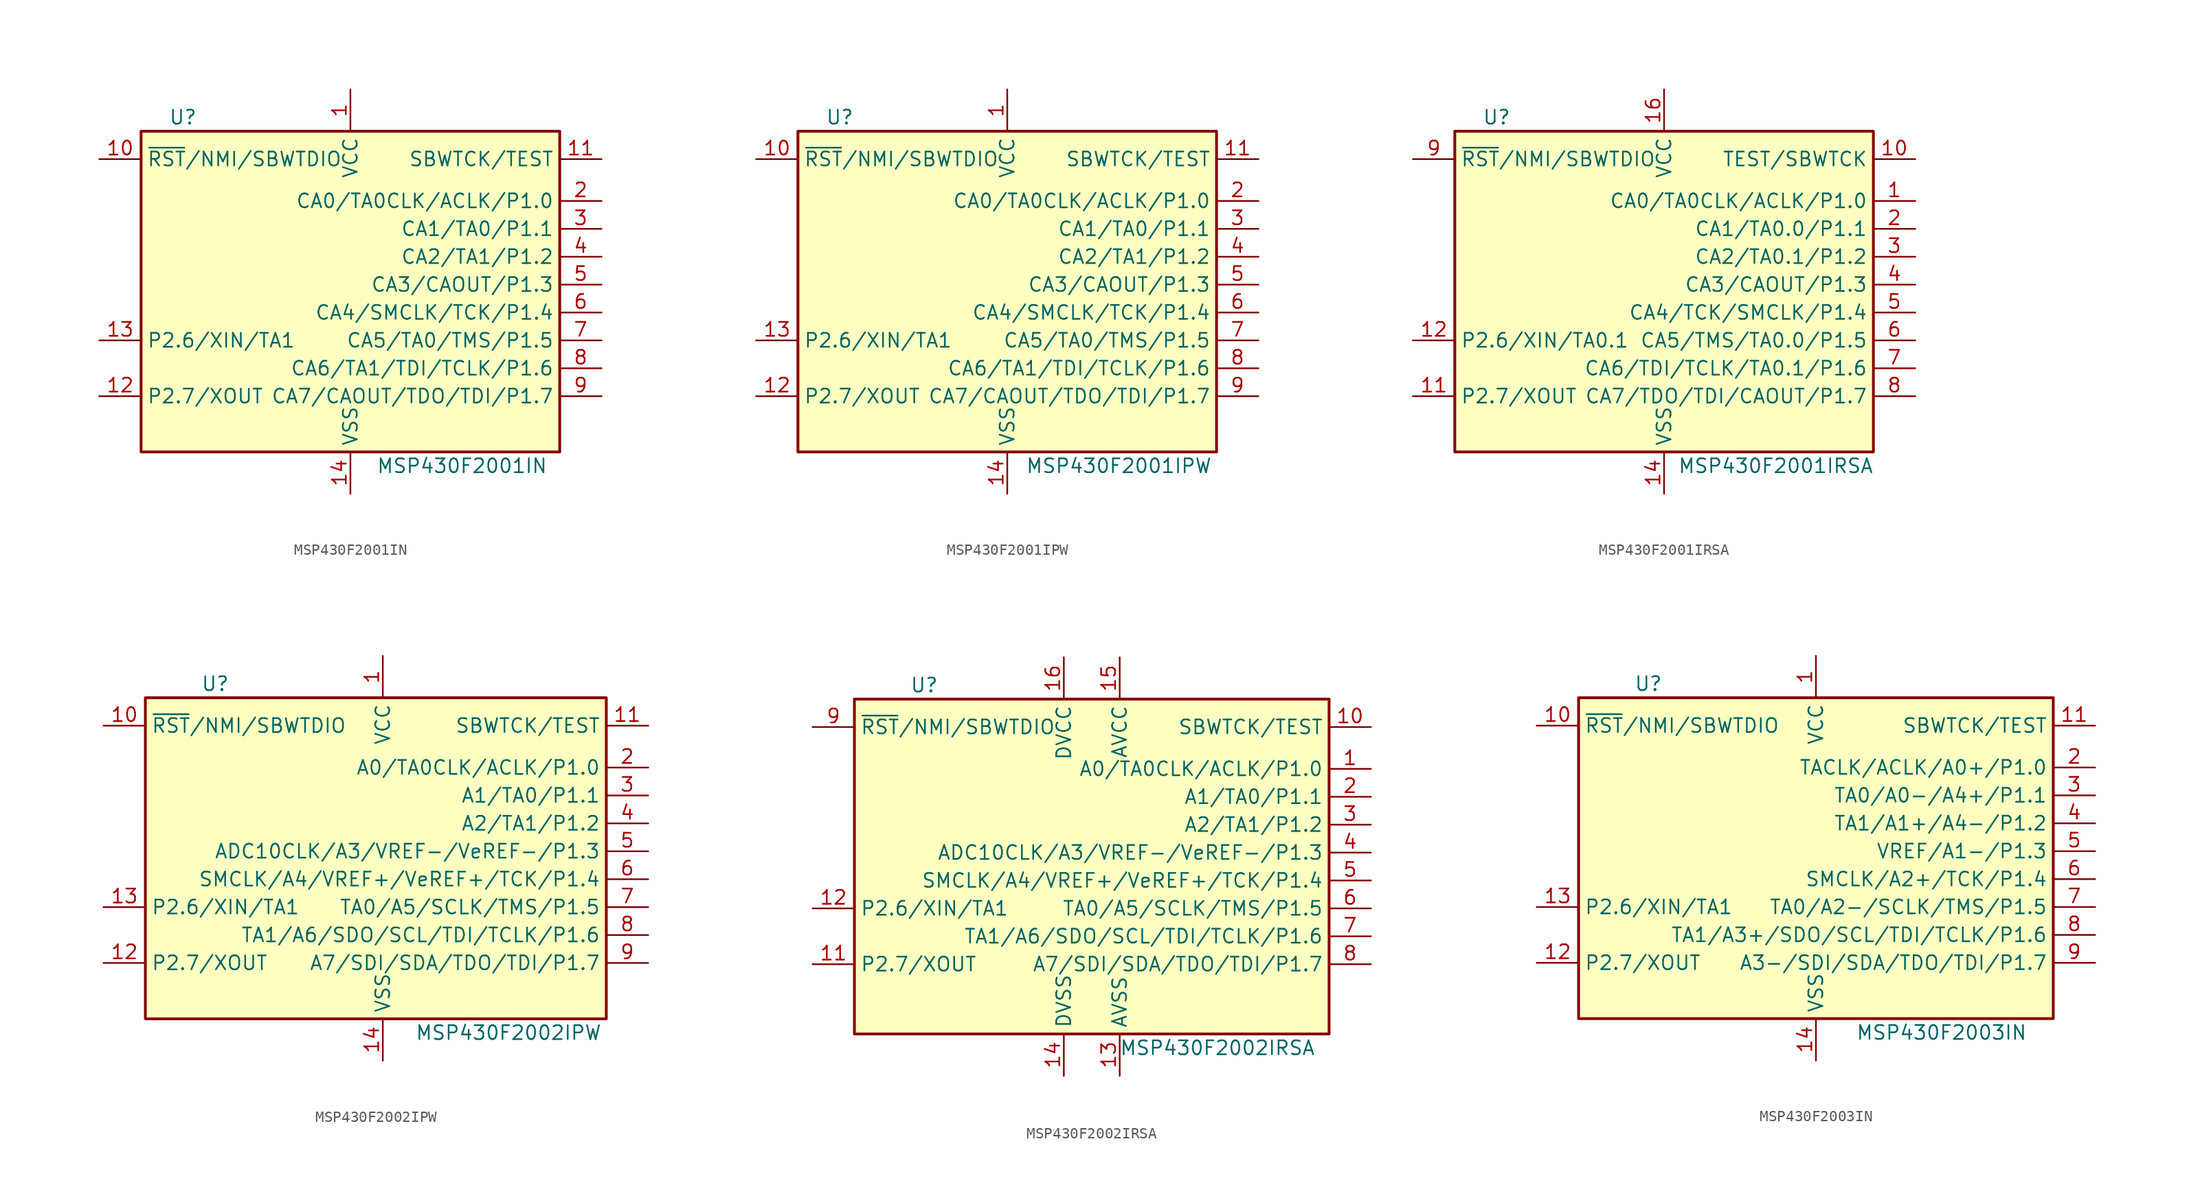
<source format=kicad_sym>
(kicad_symbol_lib
  (version 20241209)
  (generator "kicad_symbol_editor")
  (generator_version "9.0")
  (symbol "MSP430F2001IN"
    (property "Reference" "U"
      (at -15.24 15.24 0)
      (effects (font (size 1.27 1.27))))
    (property "Value" "MSP430F2001IN"
      (at 10.16 -16.51 0)
      (effects (font (size 1.27 1.27))))
    (symbol "MSP430F2001IN_0_1"
      (rectangle (start -19.05 13.97) (end 19.05 -15.24) (stroke (width 0.254) (type default)) (fill (type background))))
    (symbol "MSP430F2001IN_1_1"
      (pin input line (at -22.86 11.43 0) (length 3.81) (name "~{RST}/NMI/SBWTDIO" (effects (font (size 1.27 1.27)))) (number "10" (effects (font (size 1.27 1.27)))))
      (pin bidirectional line (at -22.86 -5.08 0) (length 3.81) (name "P2.6/XIN/TA1" (effects (font (size 1.27 1.27)))) (number "13" (effects (font (size 1.27 1.27)))))
      (pin bidirectional line (at -22.86 -10.16 0) (length 3.81) (name "P2.7/XOUT" (effects (font (size 1.27 1.27)))) (number "12" (effects (font (size 1.27 1.27)))))
      (pin power_in line (at 0 17.78 270) (length 3.81) (name "VCC" (effects (font (size 1.27 1.27)))) (number "1" (effects (font (size 1.27 1.27)))))
      (pin power_in line (at 0 -19.05 90) (length 3.81) (name "VSS" (effects (font (size 1.27 1.27)))) (number "14" (effects (font (size 1.27 1.27)))))
      (pin input line (at 22.86 11.43 180) (length 3.81) (name "SBWTCK/TEST" (effects (font (size 1.27 1.27)))) (number "11" (effects (font (size 1.27 1.27)))))
      (pin bidirectional line (at 22.86 7.62 180) (length 3.81) (name "CA0/TA0CLK/ACLK/P1.0" (effects (font (size 1.27 1.27)))) (number "2" (effects (font (size 1.27 1.27)))))
      (pin bidirectional line (at 22.86 5.08 180) (length 3.81) (name "CA1/TA0/P1.1" (effects (font (size 1.27 1.27)))) (number "3" (effects (font (size 1.27 1.27)))))
      (pin bidirectional line (at 22.86 2.54 180) (length 3.81) (name "CA2/TA1/P1.2" (effects (font (size 1.27 1.27)))) (number "4" (effects (font (size 1.27 1.27)))))
      (pin bidirectional line (at 22.86 0 180) (length 3.81) (name "CA3/CAOUT/P1.3" (effects (font (size 1.27 1.27)))) (number "5" (effects (font (size 1.27 1.27)))))
      (pin bidirectional line (at 22.86 -2.54 180) (length 3.81) (name "CA4/SMCLK/TCK/P1.4" (effects (font (size 1.27 1.27)))) (number "6" (effects (font (size 1.27 1.27)))))
      (pin bidirectional line (at 22.86 -5.08 180) (length 3.81) (name "CA5/TA0/TMS/P1.5" (effects (font (size 1.27 1.27)))) (number "7" (effects (font (size 1.27 1.27)))))
      (pin bidirectional line (at 22.86 -7.62 180) (length 3.81) (name "CA6/TA1/TDI/TCLK/P1.6" (effects (font (size 1.27 1.27)))) (number "8" (effects (font (size 1.27 1.27)))))
      (pin bidirectional line (at 22.86 -10.16 180) (length 3.81) (name "CA7/CAOUT/TDO/TDI/P1.7" (effects (font (size 1.27 1.27)))) (number "9" (effects (font (size 1.27 1.27)))))))
  (symbol "MSP430F2001IPW"
    (property "Reference" "U"
      (at -15.24 15.24 0)
      (effects (font (size 1.27 1.27))))
    (property "Value" "MSP430F2001IPW"
      (at 10.16 -16.51 0)
      (effects (font (size 1.27 1.27))))
    (symbol "MSP430F2001IPW_0_1"
      (rectangle (start -19.05 13.97) (end 19.05 -15.24) (stroke (width 0.254) (type default)) (fill (type background))))
    (symbol "MSP430F2001IPW_1_1"
      (pin input line (at -22.86 11.43 0) (length 3.81) (name "~{RST}/NMI/SBWTDIO" (effects (font (size 1.27 1.27)))) (number "10" (effects (font (size 1.27 1.27)))))
      (pin bidirectional line (at -22.86 -5.08 0) (length 3.81) (name "P2.6/XIN/TA1" (effects (font (size 1.27 1.27)))) (number "13" (effects (font (size 1.27 1.27)))))
      (pin bidirectional line (at -22.86 -10.16 0) (length 3.81) (name "P2.7/XOUT" (effects (font (size 1.27 1.27)))) (number "12" (effects (font (size 1.27 1.27)))))
      (pin power_in line (at 0 17.78 270) (length 3.81) (name "VCC" (effects (font (size 1.27 1.27)))) (number "1" (effects (font (size 1.27 1.27)))))
      (pin power_in line (at 0 -19.05 90) (length 3.81) (name "VSS" (effects (font (size 1.27 1.27)))) (number "14" (effects (font (size 1.27 1.27)))))
      (pin input line (at 22.86 11.43 180) (length 3.81) (name "SBWTCK/TEST" (effects (font (size 1.27 1.27)))) (number "11" (effects (font (size 1.27 1.27)))))
      (pin bidirectional line (at 22.86 7.62 180) (length 3.81) (name "CA0/TA0CLK/ACLK/P1.0" (effects (font (size 1.27 1.27)))) (number "2" (effects (font (size 1.27 1.27)))))
      (pin bidirectional line (at 22.86 5.08 180) (length 3.81) (name "CA1/TA0/P1.1" (effects (font (size 1.27 1.27)))) (number "3" (effects (font (size 1.27 1.27)))))
      (pin bidirectional line (at 22.86 2.54 180) (length 3.81) (name "CA2/TA1/P1.2" (effects (font (size 1.27 1.27)))) (number "4" (effects (font (size 1.27 1.27)))))
      (pin bidirectional line (at 22.86 0 180) (length 3.81) (name "CA3/CAOUT/P1.3" (effects (font (size 1.27 1.27)))) (number "5" (effects (font (size 1.27 1.27)))))
      (pin bidirectional line (at 22.86 -2.54 180) (length 3.81) (name "CA4/SMCLK/TCK/P1.4" (effects (font (size 1.27 1.27)))) (number "6" (effects (font (size 1.27 1.27)))))
      (pin bidirectional line (at 22.86 -5.08 180) (length 3.81) (name "CA5/TA0/TMS/P1.5" (effects (font (size 1.27 1.27)))) (number "7" (effects (font (size 1.27 1.27)))))
      (pin bidirectional line (at 22.86 -7.62 180) (length 3.81) (name "CA6/TA1/TDI/TCLK/P1.6" (effects (font (size 1.27 1.27)))) (number "8" (effects (font (size 1.27 1.27)))))
      (pin bidirectional line (at 22.86 -10.16 180) (length 3.81) (name "CA7/CAOUT/TDO/TDI/P1.7" (effects (font (size 1.27 1.27)))) (number "9" (effects (font (size 1.27 1.27)))))))
  (symbol "MSP430F2001IRSA"
    (property "Reference" "U"
      (at -15.24 15.24 0)
      (effects (font (size 1.27 1.27))))
    (property "Value" "MSP430F2001IRSA"
      (at 10.16 -16.51 0)
      (effects (font (size 1.27 1.27))))
    (symbol "MSP430F2001IRSA_0_1"
      (rectangle (start -19.05 13.97) (end 19.05 -15.24) (stroke (width 0.254) (type default)) (fill (type background))))
    (symbol "MSP430F2001IRSA_1_1"
      (pin input line (at -22.86 11.43 0) (length 3.81) (name "~{RST}/NMI/SBWTDIO" (effects (font (size 1.27 1.27)))) (number "9" (effects (font (size 1.27 1.27)))))
      (pin bidirectional line (at -22.86 -5.08 0) (length 3.81) (name "P2.6/XIN/TA0.1" (effects (font (size 1.27 1.27)))) (number "12" (effects (font (size 1.27 1.27)))))
      (pin bidirectional line (at -22.86 -10.16 0) (length 3.81) (name "P2.7/XOUT" (effects (font (size 1.27 1.27)))) (number "11" (effects (font (size 1.27 1.27)))))
      (pin power_in line (at 0 17.78 270) (length 3.81) (name "VCC" (effects (font (size 1.27 1.27)))) (number "16" (effects (font (size 1.27 1.27)))))
      (pin power_in line (at 0 -19.05 90) (length 3.81) (name "VSS" (effects (font (size 1.27 1.27)))) (number "14" (effects (font (size 1.27 1.27)))))
      (pin input line (at 22.86 11.43 180) (length 3.81) (name "TEST/SBWTCK" (effects (font (size 1.27 1.27)))) (number "10" (effects (font (size 1.27 1.27)))))
      (pin bidirectional line (at 22.86 7.62 180) (length 3.81) (name "CA0/TA0CLK/ACLK/P1.0" (effects (font (size 1.27 1.27)))) (number "1" (effects (font (size 1.27 1.27)))))
      (pin bidirectional line (at 22.86 5.08 180) (length 3.81) (name "CA1/TA0.0/P1.1" (effects (font (size 1.27 1.27)))) (number "2" (effects (font (size 1.27 1.27)))))
      (pin bidirectional line (at 22.86 2.54 180) (length 3.81) (name "CA2/TA0.1/P1.2" (effects (font (size 1.27 1.27)))) (number "3" (effects (font (size 1.27 1.27)))))
      (pin bidirectional line (at 22.86 0 180) (length 3.81) (name "CA3/CAOUT/P1.3" (effects (font (size 1.27 1.27)))) (number "4" (effects (font (size 1.27 1.27)))))
      (pin bidirectional line (at 22.86 -2.54 180) (length 3.81) (name "CA4/TCK/SMCLK/P1.4" (effects (font (size 1.27 1.27)))) (number "5" (effects (font (size 1.27 1.27)))))
      (pin bidirectional line (at 22.86 -5.08 180) (length 3.81) (name "CA5/TMS/TA0.0/P1.5" (effects (font (size 1.27 1.27)))) (number "6" (effects (font (size 1.27 1.27)))))
      (pin bidirectional line (at 22.86 -7.62 180) (length 3.81) (name "CA6/TDI/TCLK/TA0.1/P1.6" (effects (font (size 1.27 1.27)))) (number "7" (effects (font (size 1.27 1.27)))))
      (pin bidirectional line (at 22.86 -10.16 180) (length 3.81) (name "CA7/TDO/TDI/CAOUT/P1.7" (effects (font (size 1.27 1.27)))) (number "8" (effects (font (size 1.27 1.27)))))))
  (symbol "MSP430F2002IPW"
    (property "Reference" "U"
      (at -15.24 15.24 0)
      (effects (font (size 1.27 1.27))))
    (property "Value" "MSP430F2002IPW"
      (at 11.43 -16.51 0)
      (effects (font (size 1.27 1.27))))
    (symbol "MSP430F2002IPW_0_1"
      (rectangle (start -21.59 13.97) (end 20.32 -15.24) (stroke (width 0.254) (type default)) (fill (type background))))
    (symbol "MSP430F2002IPW_1_1"
      (pin input line (at -25.4 11.43 0) (length 3.81) (name "~{RST}/NMI/SBWTDIO" (effects (font (size 1.27 1.27)))) (number "10" (effects (font (size 1.27 1.27)))))
      (pin bidirectional line (at -25.4 -5.08 0) (length 3.81) (name "P2.6/XIN/TA1" (effects (font (size 1.27 1.27)))) (number "13" (effects (font (size 1.27 1.27)))))
      (pin bidirectional line (at -25.4 -10.16 0) (length 3.81) (name "P2.7/XOUT" (effects (font (size 1.27 1.27)))) (number "12" (effects (font (size 1.27 1.27)))))
      (pin power_in line (at 0 17.78 270) (length 3.81) (name "VCC" (effects (font (size 1.27 1.27)))) (number "1" (effects (font (size 1.27 1.27)))))
      (pin power_in line (at 0 -19.05 90) (length 3.81) (name "VSS" (effects (font (size 1.27 1.27)))) (number "14" (effects (font (size 1.27 1.27)))))
      (pin input line (at 24.13 11.43 180) (length 3.81) (name "SBWTCK/TEST" (effects (font (size 1.27 1.27)))) (number "11" (effects (font (size 1.27 1.27)))))
      (pin bidirectional line (at 24.13 7.62 180) (length 3.81) (name "A0/TA0CLK/ACLK/P1.0" (effects (font (size 1.27 1.27)))) (number "2" (effects (font (size 1.27 1.27)))))
      (pin bidirectional line (at 24.13 5.08 180) (length 3.81) (name "A1/TA0/P1.1" (effects (font (size 1.27 1.27)))) (number "3" (effects (font (size 1.27 1.27)))))
      (pin bidirectional line (at 24.13 2.54 180) (length 3.81) (name "A2/TA1/P1.2" (effects (font (size 1.27 1.27)))) (number "4" (effects (font (size 1.27 1.27)))))
      (pin bidirectional line (at 24.13 0 180) (length 3.81) (name "ADC10CLK/A3/VREF-/VeREF-/P1.3" (effects (font (size 1.27 1.27)))) (number "5" (effects (font (size 1.27 1.27)))))
      (pin bidirectional line (at 24.13 -2.54 180) (length 3.81) (name "SMCLK/A4/VREF+/VeREF+/TCK/P1.4" (effects (font (size 1.27 1.27)))) (number "6" (effects (font (size 1.27 1.27)))))
      (pin bidirectional line (at 24.13 -5.08 180) (length 3.81) (name "TA0/A5/SCLK/TMS/P1.5" (effects (font (size 1.27 1.27)))) (number "7" (effects (font (size 1.27 1.27)))))
      (pin bidirectional line (at 24.13 -7.62 180) (length 3.81) (name "TA1/A6/SDO/SCL/TDI/TCLK/P1.6" (effects (font (size 1.27 1.27)))) (number "8" (effects (font (size 1.27 1.27)))))
      (pin bidirectional line (at 24.13 -10.16 180) (length 3.81) (name "A7/SDI/SDA/TDO/TDI/P1.7" (effects (font (size 1.27 1.27)))) (number "9" (effects (font (size 1.27 1.27)))))))
  (symbol "MSP430F2002IRSA"
    (property "Reference" "U"
      (at -15.24 15.24 0)
      (effects (font (size 1.27 1.27))))
    (property "Value" "MSP430F2002IRSA"
      (at 11.43 -17.78 0)
      (effects (font (size 1.27 1.27))))
    (symbol "MSP430F2002IRSA_0_1"
      (rectangle (start -21.59 13.97) (end 21.59 -16.51) (stroke (width 0.254) (type default)) (fill (type background))))
    (symbol "MSP430F2002IRSA_1_1"
      (pin input line (at -25.4 11.43 0) (length 3.81) (name "~{RST}/NMI/SBWTDIO" (effects (font (size 1.27 1.27)))) (number "9" (effects (font (size 1.27 1.27)))))
      (pin bidirectional line (at -25.4 -5.08 0) (length 3.81) (name "P2.6/XIN/TA1" (effects (font (size 1.27 1.27)))) (number "12" (effects (font (size 1.27 1.27)))))
      (pin bidirectional line (at -25.4 -10.16 0) (length 3.81) (name "P2.7/XOUT" (effects (font (size 1.27 1.27)))) (number "11" (effects (font (size 1.27 1.27)))))
      (pin power_in line (at -2.54 17.78 270) (length 3.81) (name "DVCC" (effects (font (size 1.27 1.27)))) (number "16" (effects (font (size 1.27 1.27)))))
      (pin power_in line (at -2.54 -20.32 90) (length 3.81) (name "DVSS" (effects (font (size 1.27 1.27)))) (number "14" (effects (font (size 1.27 1.27)))))
      (pin power_in line (at 2.54 17.78 270) (length 3.81) (name "AVCC" (effects (font (size 1.27 1.27)))) (number "15" (effects (font (size 1.27 1.27)))))
      (pin power_in line (at 2.54 -20.32 90) (length 3.81) (name "AVSS" (effects (font (size 1.27 1.27)))) (number "13" (effects (font (size 1.27 1.27)))))
      (pin input line (at 25.4 11.43 180) (length 3.81) (name "SBWTCK/TEST" (effects (font (size 1.27 1.27)))) (number "10" (effects (font (size 1.27 1.27)))))
      (pin bidirectional line (at 25.4 7.62 180) (length 3.81) (name "A0/TA0CLK/ACLK/P1.0" (effects (font (size 1.27 1.27)))) (number "1" (effects (font (size 1.27 1.27)))))
      (pin bidirectional line (at 25.4 5.08 180) (length 3.81) (name "A1/TA0/P1.1" (effects (font (size 1.27 1.27)))) (number "2" (effects (font (size 1.27 1.27)))))
      (pin bidirectional line (at 25.4 2.54 180) (length 3.81) (name "A2/TA1/P1.2" (effects (font (size 1.27 1.27)))) (number "3" (effects (font (size 1.27 1.27)))))
      (pin bidirectional line (at 25.4 0 180) (length 3.81) (name "ADC10CLK/A3/VREF-/VeREF-/P1.3" (effects (font (size 1.27 1.27)))) (number "4" (effects (font (size 1.27 1.27)))))
      (pin bidirectional line (at 25.4 -2.54 180) (length 3.81) (name "SMCLK/A4/VREF+/VeREF+/TCK/P1.4" (effects (font (size 1.27 1.27)))) (number "5" (effects (font (size 1.27 1.27)))))
      (pin bidirectional line (at 25.4 -5.08 180) (length 3.81) (name "TA0/A5/SCLK/TMS/P1.5" (effects (font (size 1.27 1.27)))) (number "6" (effects (font (size 1.27 1.27)))))
      (pin bidirectional line (at 25.4 -7.62 180) (length 3.81) (name "TA1/A6/SDO/SCL/TDI/TCLK/P1.6" (effects (font (size 1.27 1.27)))) (number "7" (effects (font (size 1.27 1.27)))))
      (pin bidirectional line (at 25.4 -10.16 180) (length 3.81) (name "A7/SDI/SDA/TDO/TDI/P1.7" (effects (font (size 1.27 1.27)))) (number "8" (effects (font (size 1.27 1.27)))))))
  (symbol "MSP430F2003IN"
    (property "Reference" "U"
      (at -15.24 15.24 0)
      (effects (font (size 1.27 1.27))))
    (property "Value" "MSP430F2003IN"
      (at 11.43 -16.51 0)
      (effects (font (size 1.27 1.27))))
    (symbol "MSP430F2003IN_0_1"
      (rectangle (start -21.59 13.97) (end 21.59 -15.24) (stroke (width 0.254) (type default)) (fill (type background))))
    (symbol "MSP430F2003IN_1_1"
      (pin input line (at -25.4 11.43 0) (length 3.81) (name "~{RST}/NMI/SBWTDIO" (effects (font (size 1.27 1.27)))) (number "10" (effects (font (size 1.27 1.27)))))
      (pin bidirectional line (at -25.4 -5.08 0) (length 3.81) (name "P2.6/XIN/TA1" (effects (font (size 1.27 1.27)))) (number "13" (effects (font (size 1.27 1.27)))))
      (pin bidirectional line (at -25.4 -10.16 0) (length 3.81) (name "P2.7/XOUT" (effects (font (size 1.27 1.27)))) (number "12" (effects (font (size 1.27 1.27)))))
      (pin power_in line (at 0 17.78 270) (length 3.81) (name "VCC" (effects (font (size 1.27 1.27)))) (number "1" (effects (font (size 1.27 1.27)))))
      (pin power_in line (at 0 -19.05 90) (length 3.81) (name "VSS" (effects (font (size 1.27 1.27)))) (number "14" (effects (font (size 1.27 1.27)))))
      (pin input line (at 25.4 11.43 180) (length 3.81) (name "SBWTCK/TEST" (effects (font (size 1.27 1.27)))) (number "11" (effects (font (size 1.27 1.27)))))
      (pin bidirectional line (at 25.4 7.62 180) (length 3.81) (name "TACLK/ACLK/A0+/P1.0" (effects (font (size 1.27 1.27)))) (number "2" (effects (font (size 1.27 1.27)))))
      (pin bidirectional line (at 25.4 5.08 180) (length 3.81) (name "TA0/A0-/A4+/P1.1" (effects (font (size 1.27 1.27)))) (number "3" (effects (font (size 1.27 1.27)))))
      (pin bidirectional line (at 25.4 2.54 180) (length 3.81) (name "TA1/A1+/A4-/P1.2" (effects (font (size 1.27 1.27)))) (number "4" (effects (font (size 1.27 1.27)))))
      (pin bidirectional line (at 25.4 0 180) (length 3.81) (name "VREF/A1-/P1.3" (effects (font (size 1.27 1.27)))) (number "5" (effects (font (size 1.27 1.27)))))
      (pin bidirectional line (at 25.4 -2.54 180) (length 3.81) (name "SMCLK/A2+/TCK/P1.4" (effects (font (size 1.27 1.27)))) (number "6" (effects (font (size 1.27 1.27)))))
      (pin bidirectional line (at 25.4 -5.08 180) (length 3.81) (name "TA0/A2-/SCLK/TMS/P1.5" (effects (font (size 1.27 1.27)))) (number "7" (effects (font (size 1.27 1.27)))))
      (pin bidirectional line (at 25.4 -7.62 180) (length 3.81) (name "TA1/A3+/SDO/SCL/TDI/TCLK/P1.6" (effects (font (size 1.27 1.27)))) (number "8" (effects (font (size 1.27 1.27)))))
      (pin bidirectional line (at 25.4 -10.16 180) (length 3.81) (name "A3-/SDI/SDA/TDO/TDI/P1.7" (effects (font (size 1.27 1.27)))) (number "9" (effects (font (size 1.27 1.27))))))))
</source>
